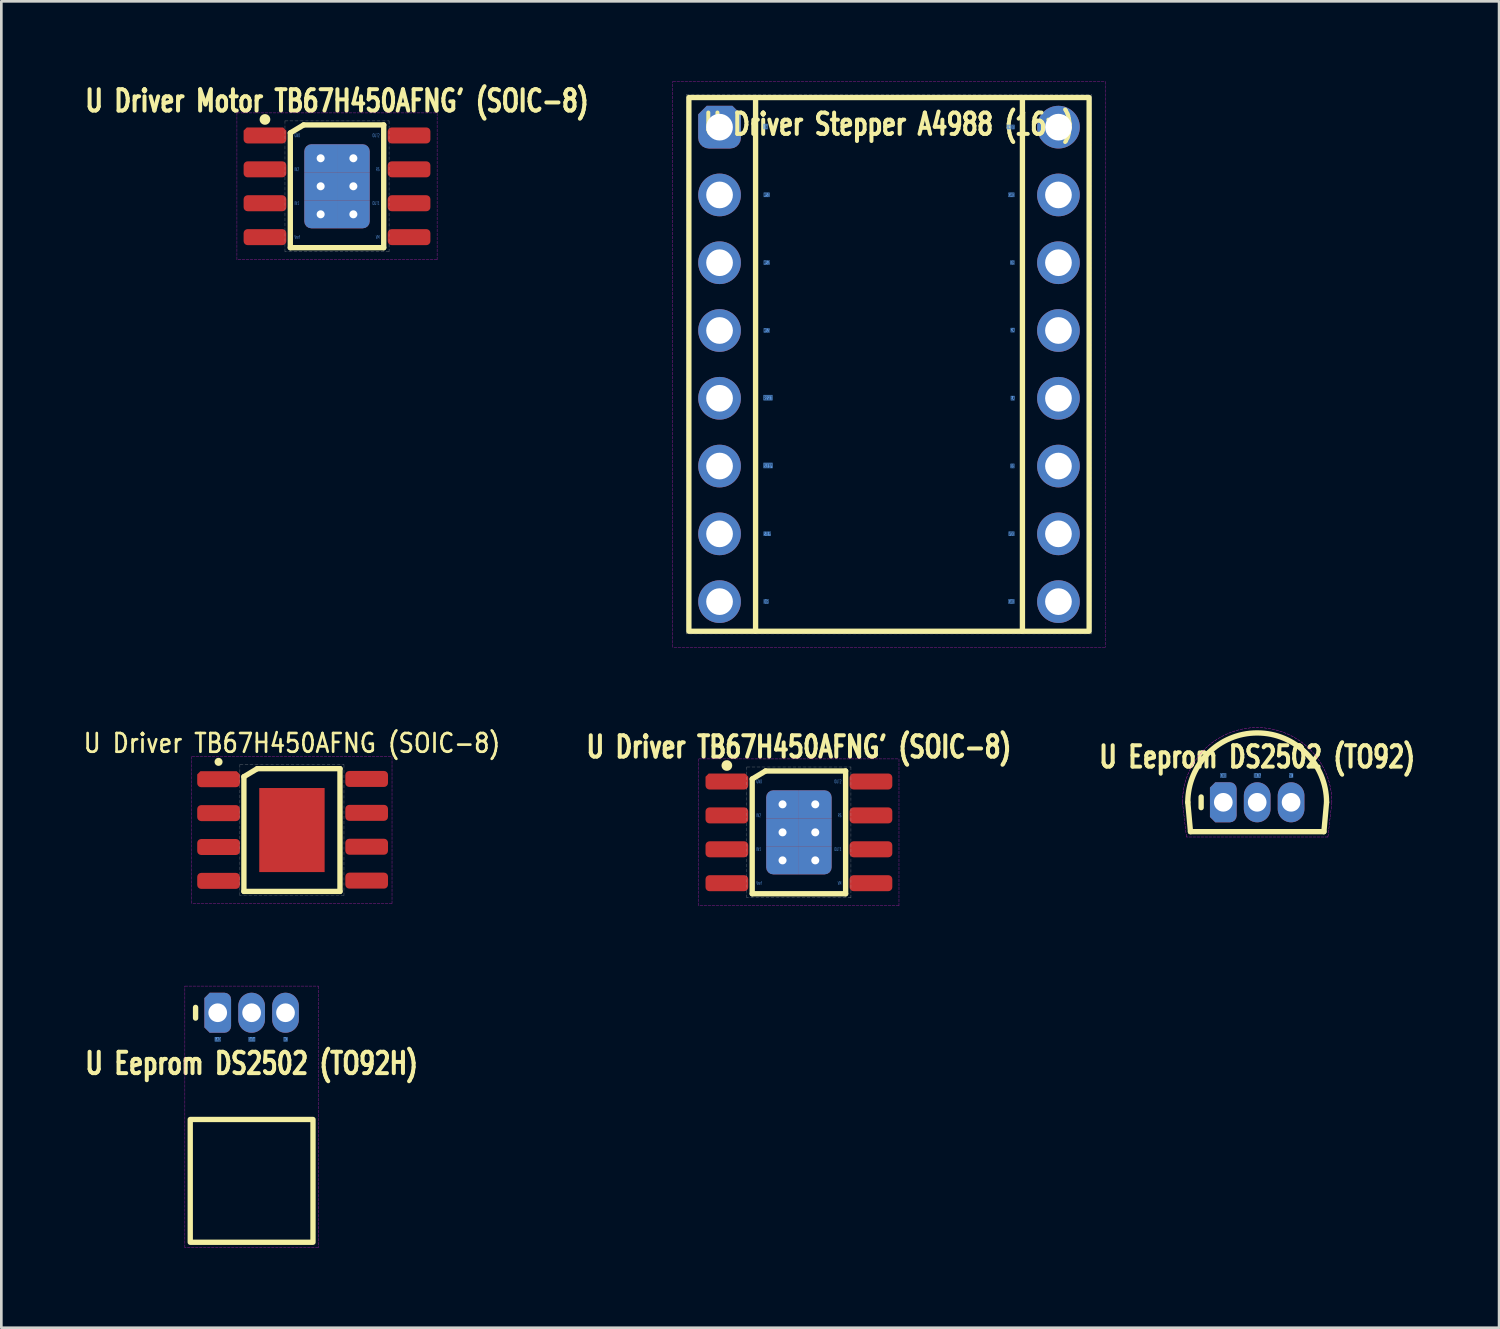
<source format=kicad_pcb>
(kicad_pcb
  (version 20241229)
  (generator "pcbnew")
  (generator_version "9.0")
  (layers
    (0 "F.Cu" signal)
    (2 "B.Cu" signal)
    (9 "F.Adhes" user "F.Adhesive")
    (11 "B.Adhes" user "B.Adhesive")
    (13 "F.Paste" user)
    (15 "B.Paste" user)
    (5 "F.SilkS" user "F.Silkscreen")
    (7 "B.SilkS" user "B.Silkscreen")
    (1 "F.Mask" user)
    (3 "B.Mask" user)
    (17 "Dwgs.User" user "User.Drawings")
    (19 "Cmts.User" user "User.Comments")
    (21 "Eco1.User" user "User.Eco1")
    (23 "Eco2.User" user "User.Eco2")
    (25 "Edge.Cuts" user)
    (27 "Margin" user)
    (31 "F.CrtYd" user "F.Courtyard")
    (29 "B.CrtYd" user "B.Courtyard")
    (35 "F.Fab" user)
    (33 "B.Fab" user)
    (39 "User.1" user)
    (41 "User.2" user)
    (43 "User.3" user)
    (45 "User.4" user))
  (footprint "U Eeprom DS2502 (TO92)"
    (layer "F.Cu")
    (at 44.061 27.015)
    (property "Reference" "U Eeprom DS2502 (TO92)" (at 0 -1.7 0) (layer "F.SilkS") (effects (font (size 0.8 0.6) (thickness 0.15) (bold yes))))
    (attr smd)
    (fp_line (start -2.5 1.1) (end -2.6 0) (stroke (width 0.2) (type default)) (layer "F.SilkS"))
    (fp_line (start -2.5 1.1) (end 2.5 1.1) (stroke (width 0.2) (type default)) (layer "F.SilkS"))
    (fp_line (start -2.1 0.2) (end -2.1 -0.2) (stroke (width 0.2) (type default)) (layer "F.SilkS"))
    (fp_line (start 2.6 0) (end 2.5 1.1) (stroke (width 0.2) (type default)) (layer "F.SilkS"))
    (fp_arc (start -2.6 0) (mid 0 -2.6) (end 2.6 0) (stroke (width 0.2) (type default)) (layer "F.SilkS"))
    (fp_line (start -2.8 0) (end -2.65 1.3) (stroke (width 0.01) (type dash)) (layer "F.CrtYd"))
    (fp_line (start 2.65 1.3) (end -2.65 1.3) (stroke (width 0.01) (type dash)) (layer "F.CrtYd"))
    (fp_line (start 2.8 0) (end 2.65 1.3) (stroke (width 0.01) (type dash)) (layer "F.CrtYd"))
    (fp_arc (start -2.8 0) (mid 0 -2.8) (end 2.8 0) (stroke (width 0.01) (type dash)) (layer "F.CrtYd"))
    (fp_text user "GND" (at -1.27 -1 0) (layer "Cmts.User" knockout) (effects (font (size 0.13 0.07) (thickness 0.01) (bold yes))))
    (fp_text user "DATA" (at 0 -1 0) (layer "Cmts.User" knockout) (effects (font (size 0.13 0.07) (thickness 0.01) (bold yes))))
    (fp_text user "NC" (at 1.27 -1 0) (layer "Cmts.User" knockout) (effects (font (size 0.13 0.07) (thickness 0.01) (bold yes))))
    (pad "1" thru_hole roundrect (at -1.27 0) (size 1 1.5) (drill 0.7) (layers "*.Cu" "B.Mask") (roundrect_rratio 0.25) (chamfer_ratio 0.2) (chamfer top_left bottom_left))
    (pad "2" thru_hole oval (at 0 0) (size 1 1.5) (drill 0.7) (layers "*.Cu" "B.Mask"))
    (pad "3" thru_hole oval (at 1.27 0) (size 1 1.5) (drill 0.7) (layers "*.Cu" "B.Mask")))
  (footprint "U Driver TB67H450AFNG (SOIC-8)"
    (layer "F.Cu")
    (at 7.89 28.055)
    (property "Reference" "U Driver TB67H450AFNG (SOIC-8)" (at 0 -2.845 0) (unlocked yes) (layer "F.SilkS") (effects (font (size 0.7 0.6) (thickness 0.1)) (justify bottom)))
    (attr smd)
    (fp_line (start -1.8 -2) (end -1.3 -2.3) (stroke (width 0.2) (type default)) (layer "F.SilkS"))
    (fp_line (start -1.8 2.3) (end -1.8 -2) (stroke (width 0.2) (type default)) (layer "F.SilkS"))
    (fp_line (start -1.3 -2.3) (end 1.8 -2.3) (stroke (width 0.2) (type default)) (layer "F.SilkS"))
    (fp_line (start 1.8 -2.3) (end 1.8 2.3) (stroke (width 0.2) (type default)) (layer "F.SilkS"))
    (fp_line (start 1.8 2.3) (end -1.8 2.3) (stroke (width 0.2) (type default)) (layer "F.SilkS"))
    (fp_circle (center -2.75 -2.555) (end -2.65 -2.555) (stroke (width 0.1) (type solid)) (fill yes) (layer "F.SilkS"))
    (fp_rect (start -3.75 -2.75) (end 3.75 2.75) (stroke (width 0.01) (type dash)) (fill no) (layer "F.CrtYd"))
    (fp_rect (start -1.95 -2.45) (end 1.95 2.45) (stroke (width 0.01) (type dash_dot)) (fill no) (layer "F.Fab"))
    (fp_text user "Vref" (at -1.6 1.905 0) (unlocked yes) (layer "User.7") (effects (font (size 0.13 0.07) (thickness 0.01)) (justify left)))
    (fp_text user "RS" (at 1.6 -0.635 0) (unlocked yes) (layer "User.7") (effects (font (size 0.13 0.07) (thickness 0.01)) (justify right)))
    (fp_text user "OUT1" (at 1.6 0.635 0) (unlocked yes) (layer "User.7") (effects (font (size 0.13 0.07) (thickness 0.01)) (justify right)))
    (fp_text user "IN1" (at -1.6 0.635 0) (unlocked yes) (layer "User.7") (effects (font (size 0.13 0.07) (thickness 0.01)) (justify left)))
    (fp_text user "OUT2" (at 1.6 -1.905 0) (unlocked yes) (layer "User.7") (effects (font (size 0.13 0.07) (thickness 0.014) (bold yes)) (justify right)))
    (fp_text user "GND" (at -1.6 -1.905 0) (unlocked yes) (layer "User.7") (effects (font (size 0.13 0.07) (thickness 0.014) (bold yes)) (justify left)))
    (fp_text user "VM" (at 1.6 1.905 0) (unlocked yes) (layer "User.7") (effects (font (size 0.13 0.07) (thickness 0.01)) (justify right)))
    (fp_text user "IN2" (at -1.6 -0.635 0) (unlocked yes) (layer "User.7") (effects (font (size 0.13 0.07) (thickness 0.01)) (justify left)))
    (pad "1" smd roundrect (at -2.75 -1.905) (size 1.6 0.6) (layers "F.Cu" "F.Mask" "F.Paste") (roundrect_rratio 0.25) (chamfer_ratio 0.2) (chamfer top_left top_right))
    (pad "2" smd roundrect (at -2.75 -0.635) (size 1.6 0.6) (layers "F.Cu" "F.Mask" "F.Paste") (roundrect_rratio 0.25))
    (pad "3" smd roundrect (at -2.75 0.635) (size 1.6 0.6) (layers "F.Cu" "F.Mask" "F.Paste") (roundrect_rratio 0.25))
    (pad "4" smd roundrect (at -2.75 1.905) (size 1.6 0.6) (layers "F.Cu" "F.Mask" "F.Paste") (roundrect_rratio 0.25))
    (pad "5" smd roundrect (at 2.8 1.895) (size 1.6 0.6) (layers "F.Cu" "F.Mask" "F.Paste") (roundrect_rratio 0.25))
    (pad "6" smd roundrect (at 2.8 0.625) (size 1.6 0.6) (layers "F.Cu" "F.Mask" "F.Paste") (roundrect_rratio 0.25))
    (pad "7" smd roundrect (at 2.8 -0.645) (size 1.6 0.6) (layers "F.Cu" "F.Mask" "F.Paste") (roundrect_rratio 0.25))
    (pad "8" smd roundrect (at 2.8 -1.915) (size 1.6 0.6) (layers "F.Cu" "F.Mask" "F.Paste") (roundrect_rratio 0.25))
    (pad "9" smd rect (at 0 0) (size 2.45 3.15) (layers "F.Cu" "F.Mask" "F.Paste")))
  (footprint "U Driver Motor TB67H450AFNG' (SOIC-8)"
    (layer "F.Cu")
    (at 9.579 3.931)
    (property "Reference" "U Driver Motor TB67H450AFNG' (SOIC-8)" (at 0 -3.2 0) (unlocked yes) (layer "F.SilkS") (effects (font (size 0.8 0.6) (thickness 0.15))))
    (attr smd)
    (fp_line (start -1.75 -2) (end -1.25 -2.3) (stroke (width 0.2) (type default)) (layer "F.SilkS"))
    (fp_line (start -1.75 2.3) (end -1.75 -2) (stroke (width 0.2) (type default)) (layer "F.SilkS"))
    (fp_line (start -1.25 -2.3) (end 1.75 -2.3) (stroke (width 0.2) (type default)) (layer "F.SilkS"))
    (fp_line (start 1.75 -2.3) (end 1.75 2.3) (stroke (width 0.2) (type default)) (layer "F.SilkS"))
    (fp_line (start 1.75 2.3) (end -1.75 2.3) (stroke (width 0.2) (type default)) (layer "F.SilkS"))
    (fp_circle (center -2.7 -2.505) (end -2.55 -2.505) (stroke (width 0.1) (type solid)) (fill yes) (layer "F.SilkS"))
    (fp_rect (start -3.75 -2.75) (end 3.75 2.75) (stroke (width 0.01) (type dash)) (fill no) (layer "F.CrtYd"))
    (fp_rect (start -1.95 -2.45) (end 1.95 2.45) (stroke (width 0.01) (type dash_dot)) (fill no) (layer "F.Fab"))
    (fp_text user "RS" (at 1.6 -0.635 0) (unlocked yes) (layer "Cmts.User") (effects (font (size 0.13 0.07) (thickness 0.01)) (justify right)))
    (fp_text user "OUT2" (at 1.6 -1.905 0) (unlocked yes) (layer "Cmts.User") (effects (font (size 0.13 0.07) (thickness 0.01) (bold yes)) (justify right)))
    (fp_text user "VM" (at 1.6 1.905 0) (unlocked yes) (layer "Cmts.User") (effects (font (size 0.13 0.07) (thickness 0.01)) (justify right)))
    (fp_text user "OUT1" (at 1.6 0.635 0) (unlocked yes) (layer "Cmts.User") (effects (font (size 0.13 0.07) (thickness 0.01)) (justify right)))
    (fp_text user "IN2" (at -1.6 -0.635 0) (unlocked yes) (layer "Cmts.User") (effects (font (size 0.13 0.07) (thickness 0.01)) (justify left)))
    (fp_text user "GND" (at -1.6 -1.905 0) (unlocked yes) (layer "Cmts.User") (effects (font (size 0.13 0.07) (thickness 0.01) (bold yes)) (justify left)))
    (fp_text user "IN1" (at -1.6 0.635 0) (unlocked yes) (layer "Cmts.User") (effects (font (size 0.13 0.07) (thickness 0.01)) (justify left)))
    (fp_text user "Vref" (at -1.6 1.905 0) (unlocked yes) (layer "Cmts.User") (effects (font (size 0.13 0.07) (thickness 0.01)) (justify left)))
    (pad "1" smd roundrect (at -2.7 -1.905) (size 1.6 0.6) (layers "F.Cu" "F.Mask" "F.Paste") (roundrect_rratio 0.25) (chamfer_ratio 0.2) (chamfer top_left top_right))
    (pad "2" smd roundrect (at -2.7 -0.635) (size 1.6 0.6) (layers "F.Cu" "F.Mask" "F.Paste") (roundrect_rratio 0.25))
    (pad "3" smd roundrect (at -2.7 0.635) (size 1.6 0.6) (layers "F.Cu" "F.Mask" "F.Paste") (roundrect_rratio 0.25))
    (pad "4" smd roundrect (at -2.7 1.905) (size 1.6 0.6) (layers "F.Cu" "F.Mask" "F.Paste") (roundrect_rratio 0.25))
    (pad "5" smd roundrect (at 2.7 1.905) (size 1.6 0.6) (layers "F.Cu" "F.Mask" "F.Paste") (roundrect_rratio 0.25))
    (pad "6" smd roundrect (at 2.7 0.635) (size 1.6 0.6) (layers "F.Cu" "F.Mask" "F.Paste") (roundrect_rratio 0.25))
    (pad "7" smd roundrect (at 2.7 -0.635) (size 1.6 0.6) (layers "F.Cu" "F.Mask" "F.Paste") (roundrect_rratio 0.25))
    (pad "8" smd roundrect (at 2.7 -1.905) (size 1.6 0.6) (layers "F.Cu" "F.Mask" "F.Paste") (roundrect_rratio 0.25))
    (pad "9" thru_hole roundrect (at -0.613 -1.05) (size 1.225 1.05) (drill 0.3) (layers "*.Cu" "F.Mask" "F.Paste") (roundrect_rratio 0.25) (chamfer_ratio 0) (chamfer top_right bottom_left bottom_right))
    (pad "9" thru_hole rect (at -0.613 0) (size 1.225 1.05) (drill 0.3) (layers "*.Cu" "F.Mask" "F.Paste"))
    (pad "9" thru_hole roundrect (at -0.613 1.05) (size 1.225 1.05) (drill 0.3) (layers "*.Cu" "F.Mask" "F.Paste") (roundrect_rratio 0.25) (chamfer_ratio 0) (chamfer top_left top_right bottom_right))
    (pad "9" thru_hole roundrect (at 0.613 -1.05) (size 1.225 1.05) (drill 0.3) (layers "*.Cu" "F.Mask" "F.Paste") (roundrect_rratio 0.25) (chamfer_ratio 0) (chamfer top_left bottom_left bottom_right))
    (pad "9" thru_hole rect (at 0.613 0) (size 1.225 1.05) (drill 0.3) (layers "*.Cu" "F.Mask" "F.Paste"))
    (pad "9" thru_hole roundrect (at 0.613 1.05) (size 1.225 1.05) (drill 0.3) (layers "*.Cu" "F.Mask" "F.Paste") (roundrect_rratio 0.25) (chamfer_ratio 0) (chamfer top_left top_right bottom_left)))
  (footprint "U Driver Stepper A4988 (16w)"
    (layer "F.Cu")
    (at 30.264 10.605)
    (property "Reference" "U Driver Stepper A4988 (16w)" (at 0 -9 0) (layer "F.SilkS") (effects (font (size 0.8 0.6) (thickness 0.15) (bold yes))))
    (attr through_hole)
    (fp_line (start -5 -10) (end -5 10) (stroke (width 0.2) (type default)) (layer "F.SilkS"))
    (fp_line (start 5 -10) (end 5 10) (stroke (width 0.2) (type default)) (layer "F.SilkS"))
    (fp_rect (start -7.5 -10) (end 7.5 10) (stroke (width 0.2) (type default)) (fill no) (layer "F.SilkS"))
    (fp_rect (start -8.1 -10.6) (end 8.1 10.6) (stroke (width 0.01) (type dash)) (fill no) (layer "F.CrtYd"))
    (fp_rect (start -7.6 -10.1) (end 7.6 10.1) (stroke (width 0.01) (type dash_dot)) (fill no) (layer "F.Fab"))
    (fp_text user "MS3" (at -4.7 -1.27 0) (layer "Cmts.User" knockout) (effects (font (size 0.13 0.07) (thickness 0.01) (bold yes)) (justify left)))
    (fp_text user "MS2" (at -4.7 -3.81 0) (layer "Cmts.User" knockout) (effects (font (size 0.13 0.07) (thickness 0.01) (bold yes)) (justify left)))
    (fp_text user "MS1" (at -4.7 -6.35 0) (layer "Cmts.User" knockout) (effects (font (size 0.13 0.07) (thickness 0.01) (bold yes)) (justify left)))
    (fp_text user "STEP" (at -4.7 6.35 0) (layer "Cmts.User" knockout) (effects (font (size 0.13 0.07) (thickness 0.01) (bold yes)) (justify left)))
    (fp_text user "VMOT" (at 4.7 -8.89 0) (layer "Cmts.User" knockout) (effects (font (size 0.13 0.07) (thickness 0.01) (bold yes)) (justify right)))
    (fp_text user "GND" (at 4.7 8.89 0) (layer "Cmts.User" knockout) (effects (font (size 0.13 0.07) (thickness 0.01) (bold yes)) (justify right)))
    (fp_text user "VDD" (at 4.7 6.35 0) (layer "Cmts.User" knockout) (effects (font (size 0.13 0.07) (thickness 0.01) (bold yes)) (justify right)))
    (fp_text user "~{RESET}" (at -4.7 1.27 0) (layer "Cmts.User" knockout) (effects (font (size 0.13 0.07) (thickness 0.01) (bold yes)) (justify left)))
    (fp_text user "1A" (at 4.7 1.27 0) (layer "Cmts.User" knockout) (effects (font (size 0.13 0.07) (thickness 0.01) (bold yes)) (justify right)))
    (fp_text user "1B" (at 4.7 3.81 0) (layer "Cmts.User" knockout) (effects (font (size 0.13 0.07) (thickness 0.01) (bold yes)) (justify right)))
    (fp_text user "~{EN}" (at -4.7 -8.89 0) (layer "Cmts.User" knockout) (effects (font (size 0.13 0.07) (thickness 0.01) (bold yes)) (justify left)))
    (fp_text user "2B" (at 4.7 -3.81 0) (layer "Cmts.User" knockout) (effects (font (size 0.13 0.07) (thickness 0.01) (bold yes)) (justify right)))
    (fp_text user "GND" (at 4.7 -6.35 0) (layer "Cmts.User" knockout) (effects (font (size 0.13 0.07) (thickness 0.01) (bold yes)) (justify right)))
    (fp_text user "DIR" (at -4.7 8.89 0) (layer "Cmts.User" knockout) (effects (font (size 0.13 0.07) (thickness 0.01) (bold yes)) (justify left)))
    (fp_text user "2A" (at 4.7 -1.28 0) (layer "Cmts.User" knockout) (effects (font (size 0.13 0.07) (thickness 0.01) (bold yes)) (justify right)))
    (fp_text user "~{SLEEP}" (at -4.7 3.81 0) (layer "Cmts.User" knockout) (effects (font (size 0.13 0.07) (thickness 0.01) (bold yes)) (justify left)))
    (pad "1" thru_hole roundrect (at -6.35 -8.89) (size 1.6 1.6) (drill 1) (layers "*.Cu" "B.Mask") (roundrect_rratio 0.25) (chamfer_ratio 0.2) (chamfer top_left top_right))
    (pad "2" thru_hole circle (at -6.35 -6.35) (size 1.6 1.6) (drill 1) (layers "*.Cu" "B.Mask"))
    (pad "3" thru_hole circle (at -6.35 -3.81) (size 1.6 1.6) (drill 1) (layers "*.Cu" "B.Mask"))
    (pad "4" thru_hole circle (at -6.35 -1.27) (size 1.6 1.6) (drill 1) (layers "*.Cu" "B.Mask"))
    (pad "5" thru_hole circle (at -6.35 1.27) (size 1.6 1.6) (drill 1) (layers "*.Cu" "B.Mask"))
    (pad "6" thru_hole circle (at -6.35 3.81) (size 1.6 1.6) (drill 1) (layers "*.Cu" "B.Mask"))
    (pad "7" thru_hole circle (at -6.35 6.35) (size 1.6 1.6) (drill 1) (layers "*.Cu" "B.Mask"))
    (pad "8" thru_hole circle (at -6.35 8.89) (size 1.6 1.6) (drill 1) (layers "*.Cu" "B.Mask"))
    (pad "9" thru_hole circle (at 6.35 8.89) (size 1.6 1.6) (drill 1) (layers "*.Cu" "B.Mask"))
    (pad "10" thru_hole circle (at 6.35 6.35) (size 1.6 1.6) (drill 1) (layers "*.Cu" "B.Mask"))
    (pad "11" thru_hole circle (at 6.35 3.81) (size 1.6 1.6) (drill 1) (layers "*.Cu" "B.Mask"))
    (pad "12" thru_hole circle (at 6.35 1.27) (size 1.6 1.6) (drill 1) (layers "*.Cu" "B.Mask"))
    (pad "13" thru_hole circle (at 6.35 -1.27) (size 1.6 1.6) (drill 1) (layers "*.Cu" "B.Mask"))
    (pad "14" thru_hole circle (at 6.35 -3.81) (size 1.6 1.6) (drill 1) (layers "*.Cu" "B.Mask"))
    (pad "15" thru_hole circle (at 6.35 -6.35) (size 1.6 1.6) (drill 1) (layers "*.Cu" "B.Mask"))
    (pad "16" thru_hole circle (at 6.35 -8.89) (size 1.6 1.6) (drill 1) (layers "*.Cu" "B.Mask")))
  (footprint "U Driver TB67H450AFNG' (SOIC-8)"
    (layer "F.Cu")
    (at 26.888 28.141)
    (property "Reference" "U Driver TB67H450AFNG' (SOIC-8)" (at 0 -3.2 0) (unlocked yes) (layer "F.SilkS") (effects (font (size 0.8 0.6) (thickness 0.15))))
    (attr smd)
    (fp_line (start -1.75 -2) (end -1.25 -2.3) (stroke (width 0.2) (type default)) (layer "F.SilkS"))
    (fp_line (start -1.75 2.3) (end -1.75 -2) (stroke (width 0.2) (type default)) (layer "F.SilkS"))
    (fp_line (start -1.25 -2.3) (end 1.75 -2.3) (stroke (width 0.2) (type default)) (layer "F.SilkS"))
    (fp_line (start 1.75 -2.3) (end 1.75 2.3) (stroke (width 0.2) (type default)) (layer "F.SilkS"))
    (fp_line (start 1.75 2.3) (end -1.75 2.3) (stroke (width 0.2) (type default)) (layer "F.SilkS"))
    (fp_circle (center -2.7 -2.505) (end -2.55 -2.505) (stroke (width 0.1) (type solid)) (fill yes) (layer "F.SilkS"))
    (fp_rect (start -3.75 -2.75) (end 3.75 2.75) (stroke (width 0.01) (type dash)) (fill no) (layer "F.CrtYd"))
    (fp_rect (start -1.95 -2.45) (end 1.95 2.45) (stroke (width 0.01) (type dash_dot)) (fill no) (layer "F.Fab"))
    (fp_text user "IN2" (at -1.6 -0.635 0) (unlocked yes) (layer "Cmts.User") (effects (font (size 0.13 0.07) (thickness 0.01)) (justify left)))
    (fp_text user "RS" (at 1.6 -0.635 0) (unlocked yes) (layer "Cmts.User") (effects (font (size 0.13 0.07) (thickness 0.01)) (justify right)))
    (fp_text user "IN1" (at -1.6 0.635 0) (unlocked yes) (layer "Cmts.User") (effects (font (size 0.13 0.07) (thickness 0.01)) (justify left)))
    (fp_text user "OUT1" (at 1.6 0.635 0) (unlocked yes) (layer "Cmts.User") (effects (font (size 0.13 0.07) (thickness 0.01)) (justify right)))
    (fp_text user "GND" (at -1.6 -1.905 0) (unlocked yes) (layer "Cmts.User") (effects (font (size 0.13 0.07) (thickness 0.01) (bold yes)) (justify left)))
    (fp_text user "OUT2" (at 1.6 -1.905 0) (unlocked yes) (layer "Cmts.User") (effects (font (size 0.13 0.07) (thickness 0.01) (bold yes)) (justify right)))
    (fp_text user "VM" (at 1.6 1.905 0) (unlocked yes) (layer "Cmts.User") (effects (font (size 0.13 0.07) (thickness 0.01)) (justify right)))
    (fp_text user "Vref" (at -1.6 1.905 0) (unlocked yes) (layer "Cmts.User") (effects (font (size 0.13 0.07) (thickness 0.01)) (justify left)))
    (pad "1" smd roundrect (at -2.7 -1.905) (size 1.6 0.6) (layers "F.Cu" "F.Mask" "F.Paste") (roundrect_rratio 0.25) (chamfer_ratio 0.2) (chamfer top_left top_right))
    (pad "2" smd roundrect (at -2.7 -0.635) (size 1.6 0.6) (layers "F.Cu" "F.Mask" "F.Paste") (roundrect_rratio 0.25))
    (pad "3" smd roundrect (at -2.7 0.635) (size 1.6 0.6) (layers "F.Cu" "F.Mask" "F.Paste") (roundrect_rratio 0.25))
    (pad "4" smd roundrect (at -2.7 1.905) (size 1.6 0.6) (layers "F.Cu" "F.Mask" "F.Paste") (roundrect_rratio 0.25))
    (pad "5" smd roundrect (at 2.7 1.905) (size 1.6 0.6) (layers "F.Cu" "F.Mask" "F.Paste") (roundrect_rratio 0.25))
    (pad "6" smd roundrect (at 2.7 0.635) (size 1.6 0.6) (layers "F.Cu" "F.Mask" "F.Paste") (roundrect_rratio 0.25))
    (pad "7" smd roundrect (at 2.7 -0.635) (size 1.6 0.6) (layers "F.Cu" "F.Mask" "F.Paste") (roundrect_rratio 0.25))
    (pad "8" smd roundrect (at 2.7 -1.905) (size 1.6 0.6) (layers "F.Cu" "F.Mask" "F.Paste") (roundrect_rratio 0.25))
    (pad "9" thru_hole roundrect (at -0.613 -1.05) (size 1.225 1.05) (drill 0.3) (layers "*.Cu" "F.Mask" "F.Paste") (roundrect_rratio 0.25) (chamfer_ratio 0) (chamfer top_right bottom_left bottom_right))
    (pad "9" thru_hole rect (at -0.613 0) (size 1.225 1.05) (drill 0.3) (layers "*.Cu" "F.Mask" "F.Paste"))
    (pad "9" thru_hole roundrect (at -0.613 1.05) (size 1.225 1.05) (drill 0.3) (layers "*.Cu" "F.Mask" "F.Paste") (roundrect_rratio 0.25) (chamfer_ratio 0) (chamfer top_left top_right bottom_right))
    (pad "9" thru_hole roundrect (at 0.613 -1.05) (size 1.225 1.05) (drill 0.3) (layers "*.Cu" "F.Mask" "F.Paste") (roundrect_rratio 0.25) (chamfer_ratio 0) (chamfer top_left bottom_left bottom_right))
    (pad "9" thru_hole rect (at 0.613 0) (size 1.225 1.05) (drill 0.3) (layers "*.Cu" "F.Mask" "F.Paste"))
    (pad "9" thru_hole roundrect (at 0.613 1.05) (size 1.225 1.05) (drill 0.3) (layers "*.Cu" "F.Mask" "F.Paste") (roundrect_rratio 0.25) (chamfer_ratio 0) (chamfer top_left top_right bottom_left)))
  (footprint "U Eeprom DS2502 (TO92H)"
    (layer "F.Cu")
    (at 6.379 34.901)
    (property "Reference" "U Eeprom DS2502 (TO92H)" (at 0 1.9 0) (layer "F.SilkS") (effects (font (size 0.8 0.6) (thickness 0.15) (bold yes))))
    (attr smd)
    (fp_line (start -2.1 0.2) (end -2.1 -0.2) (stroke (width 0.2) (type default)) (layer "F.SilkS"))
    (fp_rect (start -2.3 4) (end 2.3 8.6) (stroke (width 0.2) (type default)) (fill no) (layer "F.SilkS"))
    (fp_rect (start -2.5 -1) (end 2.5 8.8) (stroke (width 0.01) (type dash)) (fill no) (layer "F.CrtYd"))
    (fp_text user "NC" (at 1.27 1 0) (layer "Cmts.User" knockout) (effects (font (size 0.13 0.07) (thickness 0.01) (bold yes))))
    (fp_text user "DATA" (at 0 1 0) (layer "Cmts.User" knockout) (effects (font (size 0.13 0.07) (thickness 0.01) (bold yes))))
    (fp_text user "GND" (at -1.27 1 0) (layer "Cmts.User" knockout) (effects (font (size 0.13 0.07) (thickness 0.01) (bold yes))))
    (pad "1" thru_hole roundrect (at -1.27 0) (size 1 1.5) (drill 0.7) (layers "*.Cu" "B.Mask") (roundrect_rratio 0.25) (chamfer_ratio 0.2) (chamfer top_left bottom_left))
    (pad "2" thru_hole oval (at 0 0) (size 1 1.5) (drill 0.7) (layers "*.Cu" "B.Mask"))
    (pad "3" thru_hole oval (at 1.27 0) (size 1 1.5) (drill 0.7) (layers "*.Cu" "B.Mask")))
  (gr_rect
    (start -3 -3)
    (end 53.126 46.706)
    (stroke (width 0.1) (type default))
    (fill no)
    (layer "Edge.Cuts")))
</source>
